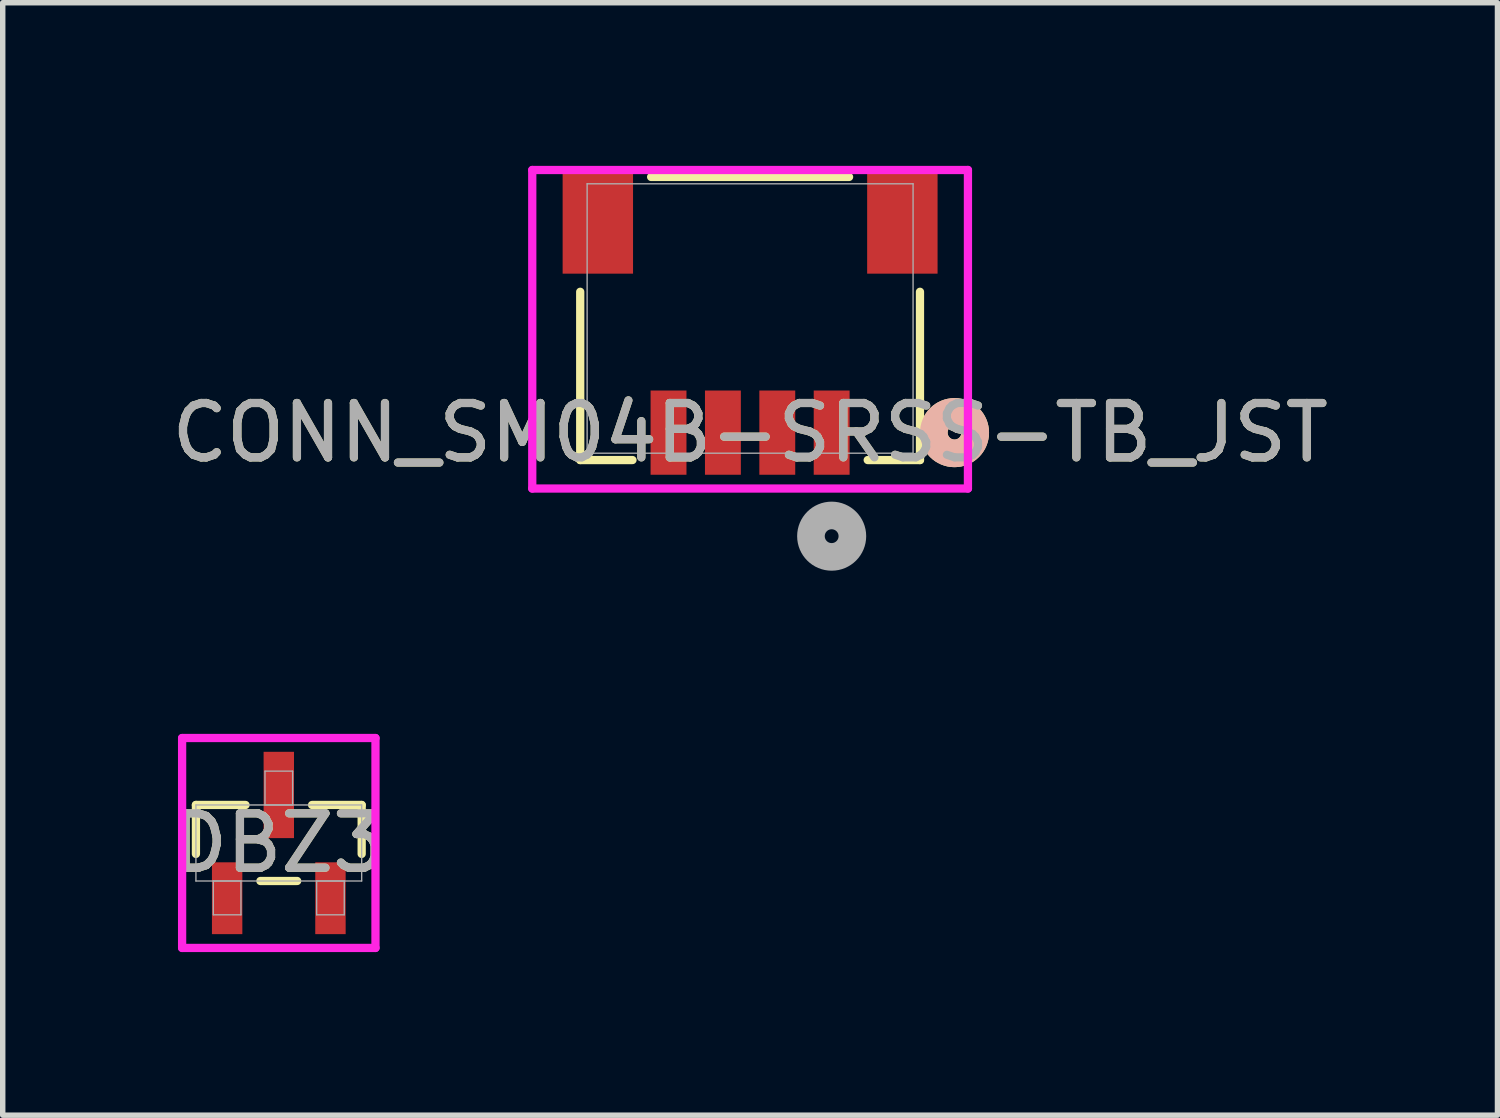
<source format=kicad_pcb>
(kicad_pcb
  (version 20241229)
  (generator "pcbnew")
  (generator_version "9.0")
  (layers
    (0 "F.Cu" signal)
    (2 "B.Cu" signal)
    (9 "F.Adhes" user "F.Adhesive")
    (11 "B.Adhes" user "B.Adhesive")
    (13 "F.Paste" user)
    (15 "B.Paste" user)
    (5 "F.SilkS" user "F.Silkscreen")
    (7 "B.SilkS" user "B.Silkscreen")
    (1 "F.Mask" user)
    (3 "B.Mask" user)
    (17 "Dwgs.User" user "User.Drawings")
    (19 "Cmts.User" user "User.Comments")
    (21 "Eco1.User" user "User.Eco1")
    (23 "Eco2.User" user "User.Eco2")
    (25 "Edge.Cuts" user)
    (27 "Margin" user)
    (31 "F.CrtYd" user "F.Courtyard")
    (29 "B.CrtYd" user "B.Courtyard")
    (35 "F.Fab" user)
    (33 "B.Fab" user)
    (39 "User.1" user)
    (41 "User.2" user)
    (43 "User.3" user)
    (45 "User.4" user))
  (footprint "DBZ3"
    (layer "F.Cu")
    (at 2.077 12.452)
    (property "Reference" "DBZ3" (at 0 0 0) (unlocked yes) (layer "F.SilkS") (effects (font (size 1 1) (thickness 0.15))))
    (attr smd)
    (fp_line (start -1.524 -0.699) (end -1.524 0.201) (stroke (width 0.152) (type solid)) (layer "F.SilkS"))
    (fp_line (start -0.612 -0.699) (end -1.524 -0.699) (stroke (width 0.152) (type solid)) (layer "F.SilkS"))
    (fp_line (start -0.338 0.699) (end 0.338 0.699) (stroke (width 0.152) (type solid)) (layer "F.SilkS"))
    (fp_line (start 1.524 -0.699) (end 0.612 -0.699) (stroke (width 0.152) (type solid)) (layer "F.SilkS"))
    (fp_line (start 1.524 0.201) (end 1.524 -0.699) (stroke (width 0.152) (type solid)) (layer "F.SilkS"))
    (fp_line (start -1.778 -1.93) (end 1.778 -1.93) (stroke (width 0.152) (type solid)) (layer "F.CrtYd"))
    (fp_line (start -1.778 1.93) (end -1.778 -1.93) (stroke (width 0.152) (type solid)) (layer "F.CrtYd"))
    (fp_line (start 1.778 -1.93) (end 1.778 1.93) (stroke (width 0.152) (type solid)) (layer "F.CrtYd"))
    (fp_line (start 1.778 1.93) (end -1.778 1.93) (stroke (width 0.152) (type solid)) (layer "F.CrtYd"))
    (fp_line (start -1.524 -0.699) (end -1.524 0.699) (stroke (width 0.025) (type solid)) (layer "F.Fab"))
    (fp_line (start -1.524 0.699) (end 1.524 0.699) (stroke (width 0.025) (type solid)) (layer "F.Fab"))
    (fp_line (start -1.204 0.699) (end -1.204 1.321) (stroke (width 0.025) (type solid)) (layer "F.Fab"))
    (fp_line (start -1.204 1.321) (end -0.696 1.321) (stroke (width 0.025) (type solid)) (layer "F.Fab"))
    (fp_line (start -0.696 0.699) (end -1.204 0.699) (stroke (width 0.025) (type solid)) (layer "F.Fab"))
    (fp_line (start -0.696 1.321) (end -0.696 0.699) (stroke (width 0.025) (type solid)) (layer "F.Fab"))
    (fp_line (start -0.254 -1.321) (end -0.254 -0.699) (stroke (width 0.025) (type solid)) (layer "F.Fab"))
    (fp_line (start -0.254 -0.699) (end 0.254 -0.699) (stroke (width 0.025) (type solid)) (layer "F.Fab"))
    (fp_line (start 0.254 -1.321) (end -0.254 -1.321) (stroke (width 0.025) (type solid)) (layer "F.Fab"))
    (fp_line (start 0.254 -0.699) (end 0.254 -1.321) (stroke (width 0.025) (type solid)) (layer "F.Fab"))
    (fp_line (start 0.696 0.699) (end 0.696 1.321) (stroke (width 0.025) (type solid)) (layer "F.Fab"))
    (fp_line (start 0.696 1.321) (end 1.204 1.321) (stroke (width 0.025) (type solid)) (layer "F.Fab"))
    (fp_line (start 1.204 0.699) (end 0.696 0.699) (stroke (width 0.025) (type solid)) (layer "F.Fab"))
    (fp_line (start 1.204 1.321) (end 1.204 0.699) (stroke (width 0.025) (type solid)) (layer "F.Fab"))
    (fp_line (start 1.524 -0.699) (end -1.524 -0.699) (stroke (width 0.025) (type solid)) (layer "F.Fab"))
    (fp_line (start 1.524 0.699) (end 1.524 -0.699) (stroke (width 0.025) (type solid)) (layer "F.Fab"))
    (fp_text user "${REFERENCE}" (at 0 0 0) (unlocked yes) (layer "F.Fab") (effects (font (size 1 1) (thickness 0.15))))
    (pad "1" smd rect (at -0.95 1.016) (size 0.559 1.321) (layers "F.Cu" "F.Mask" "F.Paste"))
    (pad "2" smd rect (at 0.95 1.016) (size 0.559 1.321) (layers "F.Cu" "F.Mask" "F.Paste"))
    (pad "3" smd rect (at 0 -0.883) (size 0.559 1.587) (layers "F.Cu" "F.Mask" "F.Paste")))
  (footprint "CONN_SM04B-SRSS-TB_JST"
    (layer "F.Cu")
    (at 10.744 2.807)
    (property "Reference" "CONN_SM04B-SRSS-TB_JST" (at 0 2.099 0) (unlocked yes) (layer "F.SilkS") (effects (font (size 1 1) (thickness 0.15))))
    (attr smd)
    (fp_line (start -3.124 -0.491) (end -3.124 2.603) (stroke (width 0.152) (type solid)) (layer "F.SilkS"))
    (fp_line (start -3.124 2.603) (end -2.163 2.603) (stroke (width 0.152) (type solid)) (layer "F.SilkS"))
    (fp_line (start 1.82 -2.603) (end -1.82 -2.603) (stroke (width 0.152) (type solid)) (layer "F.SilkS"))
    (fp_line (start 2.163 2.603) (end 3.124 2.603) (stroke (width 0.152) (type solid)) (layer "F.SilkS"))
    (fp_line (start 3.124 2.603) (end 3.124 -0.491) (stroke (width 0.152) (type solid)) (layer "F.SilkS"))
    (fp_circle (center 3.759 2.099) (end 4.14 2.099) (stroke (width 0.508) (type solid)) (fill no) (layer "F.SilkS"))
    (fp_circle (center 3.759 2.099) (end 4.14 2.099) (stroke (width 0.508) (type solid)) (fill no) (layer "B.SilkS"))
    (fp_line (start -4.006 -2.731) (end -4.006 3.127) (stroke (width 0.152) (type solid)) (layer "F.CrtYd"))
    (fp_line (start -4.006 3.127) (end 4.006 3.127) (stroke (width 0.152) (type solid)) (layer "F.CrtYd"))
    (fp_line (start 4.006 -2.731) (end -4.006 -2.731) (stroke (width 0.152) (type solid)) (layer "F.CrtYd"))
    (fp_line (start 4.006 3.127) (end 4.006 -2.731) (stroke (width 0.152) (type solid)) (layer "F.CrtYd"))
    (fp_line (start -2.997 -2.477) (end -2.997 2.477) (stroke (width 0.025) (type solid)) (layer "F.Fab"))
    (fp_line (start -2.997 2.477) (end 2.997 2.477) (stroke (width 0.025) (type solid)) (layer "F.Fab"))
    (fp_line (start 2.997 -2.477) (end -2.997 -2.477) (stroke (width 0.025) (type solid)) (layer "F.Fab"))
    (fp_line (start 2.997 2.477) (end 2.997 -2.477) (stroke (width 0.025) (type solid)) (layer "F.Fab"))
    (fp_circle (center 1.5 4.003) (end 1.881 4.003) (stroke (width 0.508) (type solid)) (fill no) (layer "F.Fab"))
    (fp_text user "${REFERENCE}" (at 0 2.099 0) (unlocked yes) (layer "F.Fab") (effects (font (size 1 1) (thickness 0.15))))
    (pad "1" smd rect (at 1.5 2.099) (size 0.66 1.549) (layers "F.Cu" "F.Mask" "F.Paste"))
    (pad "2" smd rect (at 0.5 2.099) (size 0.66 1.549) (layers "F.Cu" "F.Mask" "F.Paste"))
    (pad "3" smd rect (at -0.5 2.099) (size 0.66 1.549) (layers "F.Cu" "F.Mask" "F.Paste"))
    (pad "4" smd rect (at -1.5 2.099) (size 0.66 1.549) (layers "F.Cu" "F.Mask" "F.Paste"))
    (pad "5" smd rect (at -2.8 -1.777 90) (size 1.905 1.295) (layers "F.Cu" "F.Mask" "F.Paste"))
    (pad "6" smd rect (at 2.8 -1.777 90) (size 1.905 1.295) (layers "F.Cu" "F.Mask" "F.Paste")))
  (gr_rect
    (start -3 -3)
    (end 24.488 17.458)
    (stroke (width 0.1) (type default))
    (fill no)
    (layer "Edge.Cuts")))
</source>
